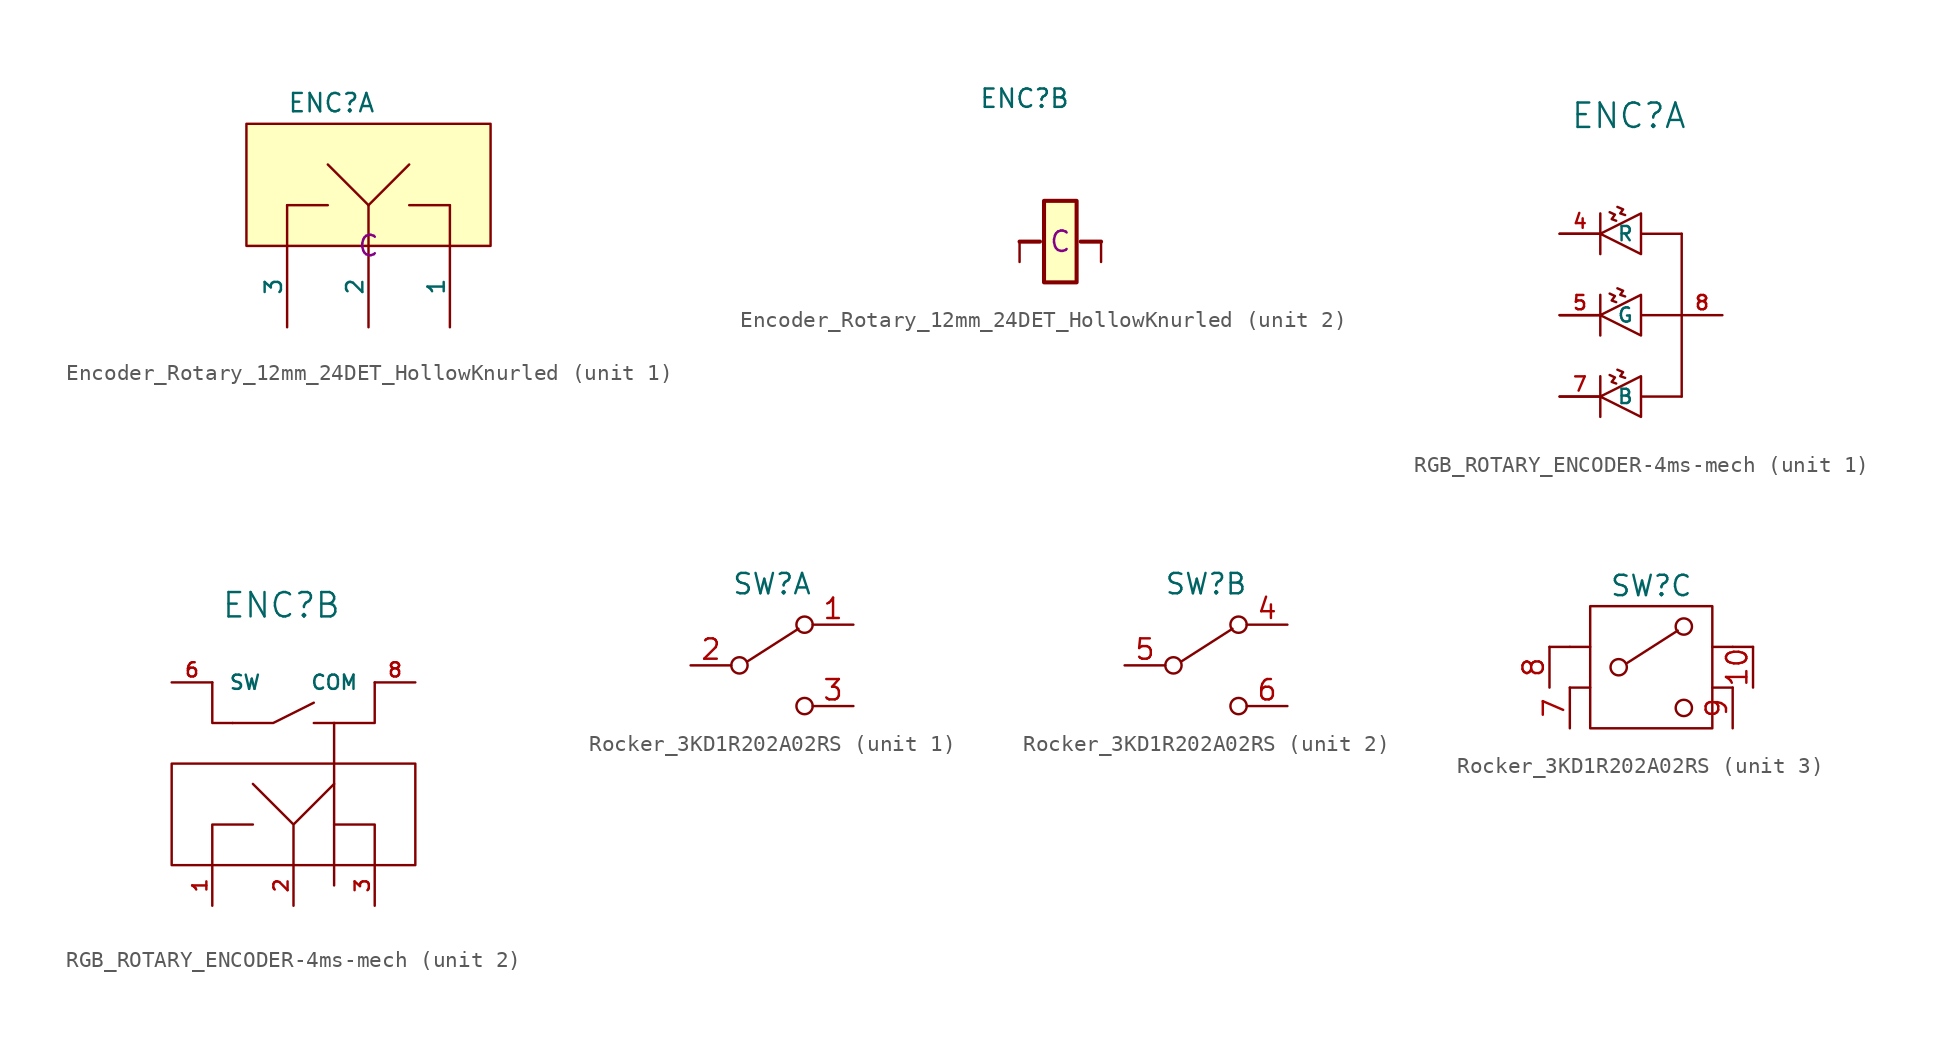
<source format=kicad_sym>
(kicad_symbol_lib
  (version 20241209)
  (generator "kicad_symbol_editor")
  (generator_version "9.0")
  (symbol "Encoder_Rotary_12mm_24DET_HollowKnurled"
    (pin_numbers
      (hide yes))
    (pin_names
      (offset 0))
    (property "Reference" "ENC"
      (at -5.08 8.255 0)
      (effects (font (size 1.143 1.143)) (justify left bottom)))
    (property "Production Stage" "C"
      (at 0 0 0)
      (effects (font (size 1.27 1.27))))
    (property "ki_locked" ""
      (at 0 0 0)
      (effects (font (size 1.27 1.27))))
    (symbol "Encoder_Rotary_12mm_24DET_HollowKnurled_1_0"
      (rectangle (start -7.62 7.62) (end 7.62 0) (stroke (width 0) (type default)) (fill (type background)))
      (polyline (pts (xy -5.08 2.54) (xy -2.54 2.54)) (stroke (width 0) (type default)) (fill (type none)))
      (polyline (pts (xy -5.08 0) (xy -5.08 2.54)) (stroke (width 0) (type default)) (fill (type none)))
      (polyline (pts (xy -2.54 5.08) (xy 0 2.54)) (stroke (width 0) (type default)) (fill (type none)))
      (polyline (pts (xy 0 2.54) (xy 2.54 5.08)) (stroke (width 0) (type default)) (fill (type none)))
      (polyline (pts (xy 0 0) (xy 0 2.54)) (stroke (width 0) (type default)) (fill (type none)))
      (polyline (pts (xy 5.08 2.54) (xy 2.54 2.54)) (stroke (width 0) (type default)) (fill (type none)))
      (polyline (pts (xy 5.08 0) (xy 5.08 2.54)) (stroke (width 0) (type default)) (fill (type none))))
    (symbol "Encoder_Rotary_12mm_24DET_HollowKnurled_1_1"
      (pin passive line (at -5.08 -5.08 90) (length 5.08) (name "3" (effects (font (size 1.016 1.016)))) (number "3" (effects (font (size 1.016 1.016)))))
      (pin passive line (at 0 -5.08 90) (length 5.08) (name "2" (effects (font (size 1.016 1.016)))) (number "2" (effects (font (size 1.016 1.016)))))
      (pin passive line (at 5.08 -5.08 90) (length 5.08) (name "1" (effects (font (size 1.016 1.016)))) (number "1" (effects (font (size 1.016 1.016))))))
    (symbol "Encoder_Rotary_12mm_24DET_HollowKnurled_2_1"
      (rectangle (start -2.54 0) (end -1.27 0) (stroke (width 0.254) (type default)) (fill (type none)))
      (rectangle (start -1.016 2.54) (end 1.016 -2.54) (stroke (width 0.254) (type default)) (fill (type background)))
      (rectangle (start 1.27 0) (end 2.54 0) (stroke (width 0.254) (type default)) (fill (type none)))
      (pin passive line (at -2.54 -1.27 90) (length 1.27) (name "" (effects (font (size 1.016 1.016)))) (number "4" (effects (font (size 1.016 1.016)))))
      (pin passive line (at 2.54 -1.27 90) (length 1.27) (name "" (effects (font (size 1.016 1.016)))) (number "5" (effects (font (size 1.016 1.016)))))))
  (symbol "RGB_ROTARY_ENCODER-4ms-mech"
    (pin_names
      (offset 1.016))
    (property "Reference" "ENC"
      (at -0.762 12.446 0)
      (effects (font (size 1.524 1.524))))
    (property "ki_locked" ""
      (at 0 0 0)
      (effects (font (size 1.27 1.27))))
    (symbol "RGB_ROTARY_ENCODER-4ms-mech_0_1"
      (polyline (pts (xy 2.54 5.08) (xy 2.54 -5.08)) (stroke (width 0) (type solid)) (fill (type none))))
    (symbol "RGB_ROTARY_ENCODER-4ms-mech_1_1"
      (polyline (pts (xy -1.549 5.893) (xy -1.829 5.994) (xy -1.626 6.274) (xy -1.956 6.426)) (stroke (width 0) (type solid)) (fill (type none)))
      (polyline (pts (xy -1.549 0.813) (xy -1.829 0.914) (xy -1.626 1.194) (xy -1.956 1.346)) (stroke (width 0) (type solid)) (fill (type none)))
      (polyline (pts (xy -1.549 -4.267) (xy -1.829 -4.166) (xy -1.626 -3.886) (xy -1.956 -3.734)) (stroke (width 0) (type solid)) (fill (type none)))
      (polyline (pts (xy -0.991 6.248) (xy -1.295 6.35) (xy -1.118 6.604) (xy -1.473 6.756)) (stroke (width 0) (type solid)) (fill (type none)))
      (polyline (pts (xy -0.991 1.168) (xy -1.295 1.27) (xy -1.118 1.524) (xy -1.473 1.676)) (stroke (width 0) (type solid)) (fill (type none)))
      (polyline (pts (xy -0.991 -3.912) (xy -1.295 -3.81) (xy -1.118 -3.556) (xy -1.473 -3.404)) (stroke (width 0) (type solid)) (fill (type none)))
      (polyline (pts (xy 0 3.81) (xy 0 6.35) (xy -2.54 5.08) (xy 0 3.81) (xy -2.54 5.08) (xy -2.54 3.81) (xy -2.54 6.35) (xy -2.54 5.08) (xy -5.08 5.08) (xy -2.54 5.08) (xy 0 6.35) (xy 0 5.08) (xy 2.54 5.08) (xy 0 5.08)) (stroke (width 0) (type solid)) (fill (type none)))
      (polyline (pts (xy 0 -1.27) (xy 0 1.27) (xy -2.54 0) (xy 0 -1.27) (xy -2.54 0) (xy -2.54 -1.27) (xy -2.54 1.27) (xy -2.54 0) (xy -5.08 0) (xy -2.54 0) (xy 0 1.27) (xy 0 0) (xy 2.54 0) (xy 0 0)) (stroke (width 0) (type solid)) (fill (type none)))
      (polyline (pts (xy 0 -6.35) (xy 0 -3.81) (xy -2.54 -5.08) (xy 0 -6.35) (xy -2.54 -5.08) (xy -2.54 -6.35) (xy -2.54 -3.81) (xy -2.54 -5.08) (xy -5.08 -5.08) (xy -2.54 -5.08) (xy 0 -3.81) (xy 0 -5.08) (xy 2.54 -5.08) (xy 0 -5.08)) (stroke (width 0) (type solid)) (fill (type none)))
      (pin input line (at -5.08 5.08 0) (length 2.54) (name "R" (effects (font (size 0.889 0.889)))) (number "4" (effects (font (size 0.889 0.889)))))
      (pin input line (at -5.08 0 0) (length 2.54) (name "G" (effects (font (size 0.889 0.889)))) (number "5" (effects (font (size 0.889 0.889)))))
      (pin input line (at -5.08 -5.08 0) (length 2.54) (name "B" (effects (font (size 0.889 0.889)))) (number "7" (effects (font (size 0.889 0.889)))))
      (pin input line (at 5.08 0 180) (length 2.54) (name "~" (effects (font (size 0.889 0.889)))) (number "8" (effects (font (size 0.889 0.889))))))
    (symbol "RGB_ROTARY_ENCODER-4ms-mech_2_1"
      (polyline (pts (xy -3.81 5.08) (xy -5.08 5.08) (xy -5.08 7.62)) (stroke (width 0) (type solid)) (fill (type none)))
      (polyline (pts (xy -3.81 5.08) (xy -1.27 5.08) (xy 1.27 6.35)) (stroke (width 0) (type solid)) (fill (type none)))
      (polyline (pts (xy -2.54 -1.27) (xy -5.08 -1.27) (xy -5.08 -3.81)) (stroke (width 0) (type solid)) (fill (type none)))
      (polyline (pts (xy 0 -3.81) (xy 0 -1.27) (xy -2.54 1.27) (xy 0 -1.27) (xy 2.54 1.27)) (stroke (width 0) (type solid)) (fill (type none)))
      (polyline (pts (xy 1.27 5.08) (xy 2.54 5.08)) (stroke (width 0) (type solid)) (fill (type none)))
      (polyline (pts (xy 2.54 5.08) (xy 5.08 5.08) (xy 5.08 7.62)) (stroke (width 0) (type solid)) (fill (type none)))
      (polyline (pts (xy 2.54 -1.27) (xy 5.08 -1.27) (xy 5.08 -3.81)) (stroke (width 0) (type solid)) (fill (type none)))
      (rectangle (start 7.62 -3.81) (end -7.62 2.54) (stroke (width 0) (type solid)) (fill (type none)))
      (pin input line (at -7.62 7.62 0) (length 2.54) (name "SW" (effects (font (size 0.889 0.889)))) (number "6" (effects (font (size 0.889 0.889)))))
      (pin input line (at -5.08 -6.35 90) (length 2.54) (name "~" (effects (font (size 0.508 0.508)))) (number "1" (effects (font (size 0.889 0.889)))))
      (pin input line (at 0 -6.35 90) (length 2.54) (name "~" (effects (font (size 0.508 0.508)))) (number "2" (effects (font (size 0.889 0.889)))))
      (pin input line (at 5.08 -6.35 90) (length 2.54) (name "~" (effects (font (size 0.508 0.508)))) (number "3" (effects (font (size 0.889 0.889)))))
      (pin input line (at 7.62 7.62 180) (length 2.54) (name "COM" (effects (font (size 0.889 0.889)))) (number "8" (effects (font (size 0.889 0.889)))))))
  (symbol "Rocker_3KD1R202A02RS"
    (pin_names
      (offset 0)
      (hide yes))
    (property "Reference" "SW"
      (at 0 5.08 0)
      (effects (font (size 1.27 1.27))))
    (property "ki_locked" ""
      (at 0 0 0)
      (effects (font (size 1.27 1.27))))
    (symbol "Rocker_3KD1R202A02RS_0_0"
      (circle (center -2.032 0) (radius 0.508) (stroke (width 0) (type default)) (fill (type none)))
      (circle (center 2.032 -2.54) (radius 0.508) (stroke (width 0) (type default)) (fill (type none))))
    (symbol "Rocker_3KD1R202A02RS_0_1"
      (polyline (pts (xy -1.524 0.254) (xy 1.651 2.286)) (stroke (width 0) (type default)) (fill (type none)))
      (circle (center 2.032 2.54) (radius 0.508) (stroke (width 0) (type default)) (fill (type none))))
    (symbol "Rocker_3KD1R202A02RS_1_1"
      (pin passive line (at -5.08 0 0) (length 2.54) (name "B" (effects (font (size 1.27 1.27)))) (number "2" (effects (font (size 1.27 1.27)))))
      (pin passive line (at 5.08 2.54 180) (length 2.54) (name "A" (effects (font (size 1.27 1.27)))) (number "1" (effects (font (size 1.27 1.27)))))
      (pin passive line (at 5.08 -2.54 180) (length 2.54) (name "C" (effects (font (size 1.27 1.27)))) (number "3" (effects (font (size 1.27 1.27))))))
    (symbol "Rocker_3KD1R202A02RS_2_1"
      (pin passive line (at -5.08 0 0) (length 2.54) (name "B" (effects (font (size 1.27 1.27)))) (number "5" (effects (font (size 1.27 1.27)))))
      (pin passive line (at 5.08 2.54 180) (length 2.54) (name "A" (effects (font (size 1.27 1.27)))) (number "4" (effects (font (size 1.27 1.27)))))
      (pin passive line (at 5.08 -2.54 180) (length 2.54) (name "C" (effects (font (size 1.27 1.27)))) (number "6" (effects (font (size 1.27 1.27))))))
    (symbol "Rocker_3KD1R202A02RS_3_1"
      (polyline (pts (xy -6.35 1.27) (xy -5.08 1.27)) (stroke (width 0) (type default)) (fill (type none)))
      (polyline (pts (xy -5.08 1.27) (xy -3.81 1.27)) (stroke (width 0) (type default)) (fill (type none)))
      (polyline (pts (xy -5.08 -1.27) (xy -3.81 -1.27)) (stroke (width 0) (type default)) (fill (type none)))
      (rectangle (start -3.81 3.81) (end 3.81 -3.81) (stroke (width 0) (type default)) (fill (type none)))
      (polyline (pts (xy 3.81 1.27) (xy 5.08 1.27)) (stroke (width 0) (type default)) (fill (type none)))
      (polyline (pts (xy 5.08 -1.27) (xy 3.81 -1.27)) (stroke (width 0) (type default)) (fill (type none)))
      (polyline (pts (xy 6.35 1.27) (xy 5.08 1.27)) (stroke (width 0) (type default)) (fill (type none)))
      (pin passive line (at -6.35 -1.27 90) (length 2.54) (name "SHIELD" (effects (font (size 1.27 1.27)))) (number "8" (effects (font (size 1.27 1.27)))))
      (pin passive line (at -5.08 -3.81 90) (length 2.54) (name "SHIELD" (effects (font (size 1.27 1.27)))) (number "7" (effects (font (size 1.27 1.27)))))
      (pin passive line (at 5.08 -3.81 90) (length 2.54) (name "SHIELD" (effects (font (size 1.27 1.27)))) (number "9" (effects (font (size 1.27 1.27)))))
      (pin passive line (at 6.35 -1.27 90) (length 2.54) (name "SHIELD" (effects (font (size 1.27 1.27)))) (number "10" (effects (font (size 1.27 1.27))))))))
</source>
